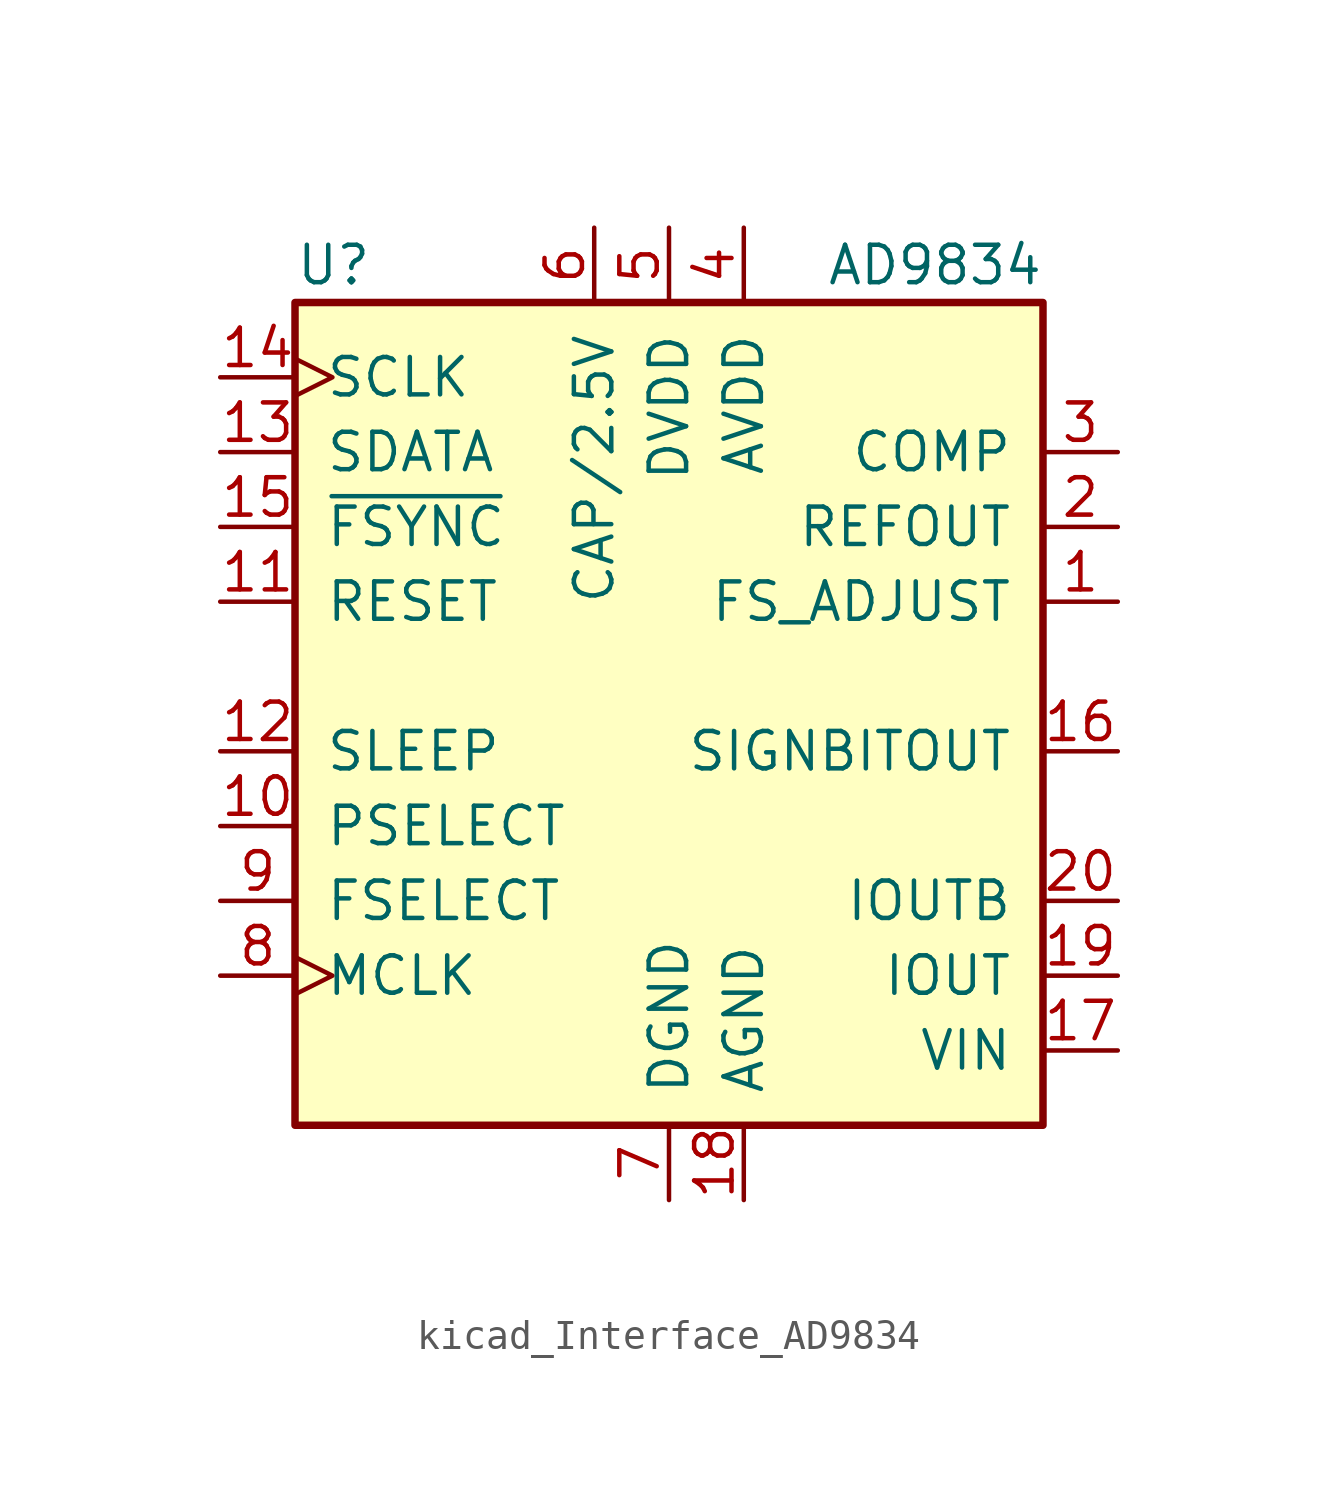
<source format=kicad_sym>
(kicad_symbol_lib
  (version 20220914)
  (generator kicad_symbol_editor)
  (symbol "kicad_Interface_AD9834"
    (pin_names
      (offset 1.016))
    (property "Reference" "U"
      (at -12.7 16.51 0)
      (effects (font (size 1.27 1.27)) (justify left)))
    (property "Value" "AD9834"
      (at 5.334 16.51 0)
      (effects (font (size 1.27 1.27)) (justify left)))
    (symbol "kicad_Interface_AD9834_0_1"
      (rectangle (start -12.7 15.24) (end 12.7 -12.7) (stroke (width 0.254) (type default)) (fill (type background))))
    (symbol "kicad_Interface_AD9834_1_1"
      (pin passive line (at 15.24 5.08 180) (length 2.54) (name "FS_ADJUST" (effects (font (size 1.27 1.27)))) (number "1" (effects (font (size 1.27 1.27)))))
      (pin input line (at -15.24 -2.54 0) (length 2.54) (name "PSELECT" (effects (font (size 1.27 1.27)))) (number "10" (effects (font (size 1.27 1.27)))))
      (pin input line (at -15.24 5.08 0) (length 2.54) (name "RESET" (effects (font (size 1.27 1.27)))) (number "11" (effects (font (size 1.27 1.27)))))
      (pin input line (at -15.24 0 0) (length 2.54) (name "SLEEP" (effects (font (size 1.27 1.27)))) (number "12" (effects (font (size 1.27 1.27)))))
      (pin input line (at -15.24 10.16 0) (length 2.54) (name "SDATA" (effects (font (size 1.27 1.27)))) (number "13" (effects (font (size 1.27 1.27)))))
      (pin input clock (at -15.24 12.7 0) (length 2.54) (name "SCLK" (effects (font (size 1.27 1.27)))) (number "14" (effects (font (size 1.27 1.27)))))
      (pin input line (at -15.24 7.62 0) (length 2.54) (name "~{FSYNC}" (effects (font (size 1.27 1.27)))) (number "15" (effects (font (size 1.27 1.27)))))
      (pin output line (at 15.24 0 180) (length 2.54) (name "SIGNBITOUT" (effects (font (size 1.27 1.27)))) (number "16" (effects (font (size 1.27 1.27)))))
      (pin power_in line (at 15.24 -10.16 180) (length 2.54) (name "VIN" (effects (font (size 1.27 1.27)))) (number "17" (effects (font (size 1.27 1.27)))))
      (pin power_in line (at 2.54 -15.24 90) (length 2.54) (name "AGND" (effects (font (size 1.27 1.27)))) (number "18" (effects (font (size 1.27 1.27)))))
      (pin output line (at 15.24 -7.62 180) (length 2.54) (name "IOUT" (effects (font (size 1.27 1.27)))) (number "19" (effects (font (size 1.27 1.27)))))
      (pin output line (at 15.24 7.62 180) (length 2.54) (name "REFOUT" (effects (font (size 1.27 1.27)))) (number "2" (effects (font (size 1.27 1.27)))))
      (pin output line (at 15.24 -5.08 180) (length 2.54) (name "IOUTB" (effects (font (size 1.27 1.27)))) (number "20" (effects (font (size 1.27 1.27)))))
      (pin passive line (at 15.24 10.16 180) (length 2.54) (name "COMP" (effects (font (size 1.27 1.27)))) (number "3" (effects (font (size 1.27 1.27)))))
      (pin power_in line (at 2.54 17.78 270) (length 2.54) (name "AVDD" (effects (font (size 1.27 1.27)))) (number "4" (effects (font (size 1.27 1.27)))))
      (pin power_in line (at 0 17.78 270) (length 2.54) (name "DVDD" (effects (font (size 1.27 1.27)))) (number "5" (effects (font (size 1.27 1.27)))))
      (pin passive line (at -2.54 17.78 270) (length 2.54) (name "CAP/2.5V" (effects (font (size 1.27 1.27)))) (number "6" (effects (font (size 1.27 1.27)))))
      (pin power_in line (at 0 -15.24 90) (length 2.54) (name "DGND" (effects (font (size 1.27 1.27)))) (number "7" (effects (font (size 1.27 1.27)))))
      (pin input clock (at -15.24 -7.62 0) (length 2.54) (name "MCLK" (effects (font (size 1.27 1.27)))) (number "8" (effects (font (size 1.27 1.27)))))
      (pin input line (at -15.24 -5.08 0) (length 2.54) (name "FSELECT" (effects (font (size 1.27 1.27)))) (number "9" (effects (font (size 1.27 1.27))))))))
</source>
